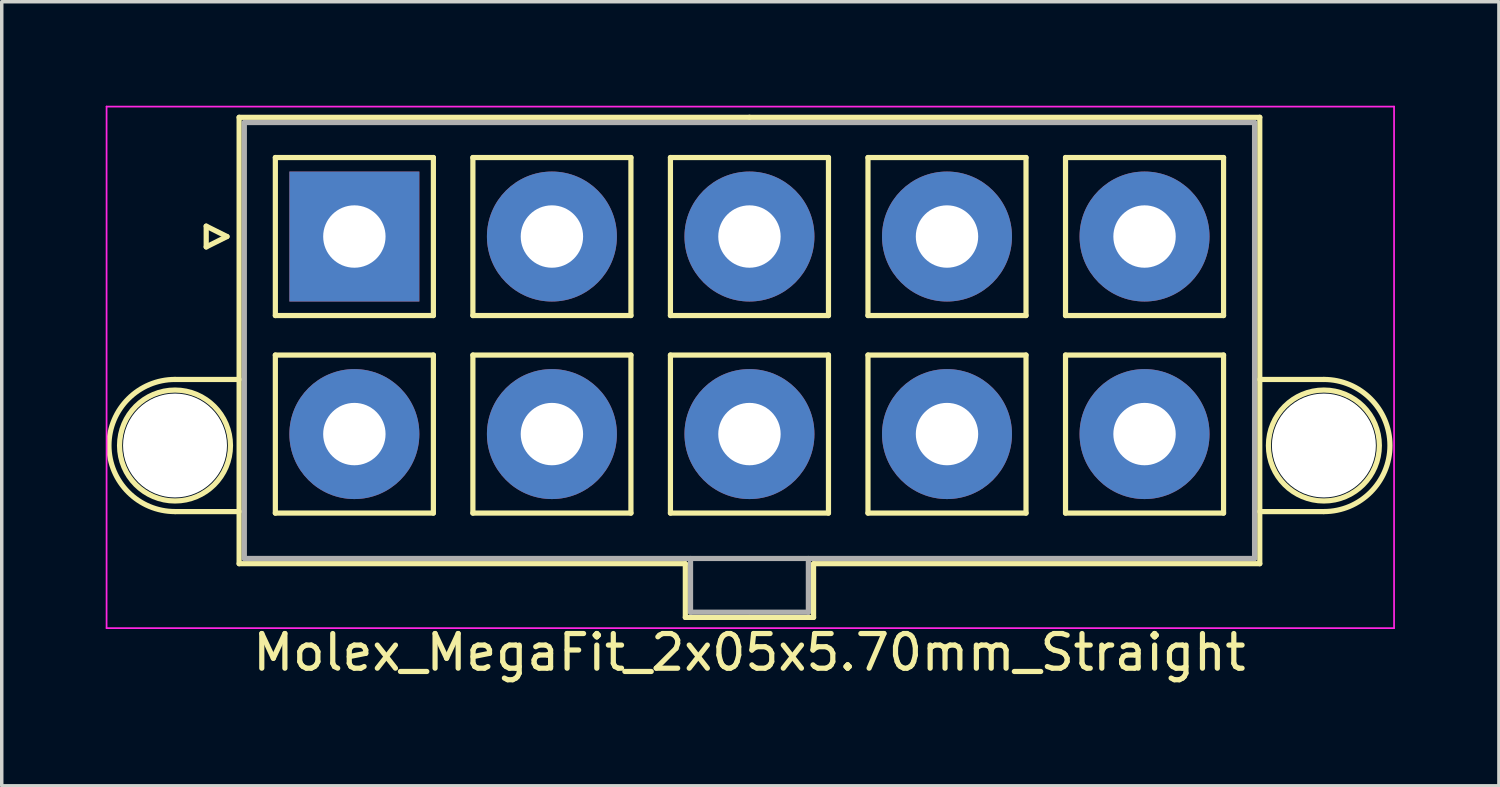
<source format=kicad_pcb>
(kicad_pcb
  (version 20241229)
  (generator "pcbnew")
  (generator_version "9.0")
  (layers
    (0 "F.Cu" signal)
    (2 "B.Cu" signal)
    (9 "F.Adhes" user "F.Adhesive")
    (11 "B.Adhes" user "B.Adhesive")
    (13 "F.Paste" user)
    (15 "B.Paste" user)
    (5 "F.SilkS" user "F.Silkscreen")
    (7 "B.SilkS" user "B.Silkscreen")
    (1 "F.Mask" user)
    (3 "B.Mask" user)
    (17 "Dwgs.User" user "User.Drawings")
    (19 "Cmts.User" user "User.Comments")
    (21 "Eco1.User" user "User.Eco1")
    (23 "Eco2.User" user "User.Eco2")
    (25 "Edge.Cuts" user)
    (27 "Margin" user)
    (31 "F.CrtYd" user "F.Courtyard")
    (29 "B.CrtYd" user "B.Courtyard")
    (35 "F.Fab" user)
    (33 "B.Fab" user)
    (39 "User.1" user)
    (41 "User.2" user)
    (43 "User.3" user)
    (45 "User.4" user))
  (footprint "Molex_MegaFit_2x05x5.70mm_Straight"
    (layer "F.Cu")
    (at 7.175 3.775)
    (property "Reference" "Molex_MegaFit_2x05x5.70mm_Straight" (at 11.4 12 0) (layer "F.SilkS") (effects (font (size 1 1) (thickness 0.15))))
    (attr through_hole)
    (fp_line (start -5.175 4.124) (end -3.325 4.124) (stroke (width 0.15) (type solid)) (layer "F.SilkS"))
    (fp_line (start -5.175 7.936) (end -3.325 7.936) (stroke (width 0.15) (type solid)) (layer "F.SilkS"))
    (fp_line (start -4.275 -0.3) (end -3.675 0) (stroke (width 0.15) (type solid)) (layer "F.SilkS"))
    (fp_line (start -4.275 0.3) (end -4.275 -0.3) (stroke (width 0.15) (type solid)) (layer "F.SilkS"))
    (fp_line (start -3.675 0) (end -4.275 0.3) (stroke (width 0.15) (type solid)) (layer "F.SilkS"))
    (fp_line (start -3.325 -3.44) (end -3.325 9.44) (stroke (width 0.15) (type solid)) (layer "F.SilkS"))
    (fp_line (start -3.325 9.44) (end 9.55 9.44) (stroke (width 0.15) (type solid)) (layer "F.SilkS"))
    (fp_line (start -2.28 -2.28) (end -2.28 2.28) (stroke (width 0.15) (type solid)) (layer "F.SilkS"))
    (fp_line (start -2.28 2.28) (end 2.28 2.28) (stroke (width 0.15) (type solid)) (layer "F.SilkS"))
    (fp_line (start -2.28 3.42) (end -2.28 7.98) (stroke (width 0.15) (type solid)) (layer "F.SilkS"))
    (fp_line (start -2.28 7.98) (end 2.28 7.98) (stroke (width 0.15) (type solid)) (layer "F.SilkS"))
    (fp_line (start 2.28 -2.28) (end -2.28 -2.28) (stroke (width 0.15) (type solid)) (layer "F.SilkS"))
    (fp_line (start 2.28 2.28) (end 2.28 -2.28) (stroke (width 0.15) (type solid)) (layer "F.SilkS"))
    (fp_line (start 2.28 3.42) (end -2.28 3.42) (stroke (width 0.15) (type solid)) (layer "F.SilkS"))
    (fp_line (start 2.28 7.98) (end 2.28 3.42) (stroke (width 0.15) (type solid)) (layer "F.SilkS"))
    (fp_line (start 3.42 -2.28) (end 3.42 2.28) (stroke (width 0.15) (type solid)) (layer "F.SilkS"))
    (fp_line (start 3.42 2.28) (end 7.98 2.28) (stroke (width 0.15) (type solid)) (layer "F.SilkS"))
    (fp_line (start 3.42 3.42) (end 3.42 7.98) (stroke (width 0.15) (type solid)) (layer "F.SilkS"))
    (fp_line (start 3.42 7.98) (end 7.98 7.98) (stroke (width 0.15) (type solid)) (layer "F.SilkS"))
    (fp_line (start 7.98 -2.28) (end 3.42 -2.28) (stroke (width 0.15) (type solid)) (layer "F.SilkS"))
    (fp_line (start 7.98 2.28) (end 7.98 -2.28) (stroke (width 0.15) (type solid)) (layer "F.SilkS"))
    (fp_line (start 7.98 3.42) (end 3.42 3.42) (stroke (width 0.15) (type solid)) (layer "F.SilkS"))
    (fp_line (start 7.98 7.98) (end 7.98 3.42) (stroke (width 0.15) (type solid)) (layer "F.SilkS"))
    (fp_line (start 9.12 -2.28) (end 9.12 2.28) (stroke (width 0.15) (type solid)) (layer "F.SilkS"))
    (fp_line (start 9.12 2.28) (end 13.68 2.28) (stroke (width 0.15) (type solid)) (layer "F.SilkS"))
    (fp_line (start 9.12 3.42) (end 9.12 7.98) (stroke (width 0.15) (type solid)) (layer "F.SilkS"))
    (fp_line (start 9.12 7.98) (end 13.68 7.98) (stroke (width 0.15) (type solid)) (layer "F.SilkS"))
    (fp_line (start 9.55 9.44) (end 9.55 10.99) (stroke (width 0.15) (type solid)) (layer "F.SilkS"))
    (fp_line (start 9.55 10.99) (end 11.4 10.99) (stroke (width 0.15) (type solid)) (layer "F.SilkS"))
    (fp_line (start 11.4 -3.44) (end -3.325 -3.44) (stroke (width 0.15) (type solid)) (layer "F.SilkS"))
    (fp_line (start 11.4 -3.44) (end 26.125 -3.44) (stroke (width 0.15) (type solid)) (layer "F.SilkS"))
    (fp_line (start 13.25 9.44) (end 13.25 10.99) (stroke (width 0.15) (type solid)) (layer "F.SilkS"))
    (fp_line (start 13.25 10.99) (end 11.4 10.99) (stroke (width 0.15) (type solid)) (layer "F.SilkS"))
    (fp_line (start 13.68 -2.28) (end 9.12 -2.28) (stroke (width 0.15) (type solid)) (layer "F.SilkS"))
    (fp_line (start 13.68 2.28) (end 13.68 -2.28) (stroke (width 0.15) (type solid)) (layer "F.SilkS"))
    (fp_line (start 13.68 3.42) (end 9.12 3.42) (stroke (width 0.15) (type solid)) (layer "F.SilkS"))
    (fp_line (start 13.68 7.98) (end 13.68 3.42) (stroke (width 0.15) (type solid)) (layer "F.SilkS"))
    (fp_line (start 14.82 -2.28) (end 14.82 2.28) (stroke (width 0.15) (type solid)) (layer "F.SilkS"))
    (fp_line (start 14.82 2.28) (end 19.38 2.28) (stroke (width 0.15) (type solid)) (layer "F.SilkS"))
    (fp_line (start 14.82 3.42) (end 14.82 7.98) (stroke (width 0.15) (type solid)) (layer "F.SilkS"))
    (fp_line (start 14.82 7.98) (end 19.38 7.98) (stroke (width 0.15) (type solid)) (layer "F.SilkS"))
    (fp_line (start 19.38 -2.28) (end 14.82 -2.28) (stroke (width 0.15) (type solid)) (layer "F.SilkS"))
    (fp_line (start 19.38 2.28) (end 19.38 -2.28) (stroke (width 0.15) (type solid)) (layer "F.SilkS"))
    (fp_line (start 19.38 3.42) (end 14.82 3.42) (stroke (width 0.15) (type solid)) (layer "F.SilkS"))
    (fp_line (start 19.38 7.98) (end 19.38 3.42) (stroke (width 0.15) (type solid)) (layer "F.SilkS"))
    (fp_line (start 20.52 -2.28) (end 20.52 2.28) (stroke (width 0.15) (type solid)) (layer "F.SilkS"))
    (fp_line (start 20.52 2.28) (end 25.08 2.28) (stroke (width 0.15) (type solid)) (layer "F.SilkS"))
    (fp_line (start 20.52 3.42) (end 20.52 7.98) (stroke (width 0.15) (type solid)) (layer "F.SilkS"))
    (fp_line (start 20.52 7.98) (end 25.08 7.98) (stroke (width 0.15) (type solid)) (layer "F.SilkS"))
    (fp_line (start 25.08 -2.28) (end 20.52 -2.28) (stroke (width 0.15) (type solid)) (layer "F.SilkS"))
    (fp_line (start 25.08 2.28) (end 25.08 -2.28) (stroke (width 0.15) (type solid)) (layer "F.SilkS"))
    (fp_line (start 25.08 3.42) (end 20.52 3.42) (stroke (width 0.15) (type solid)) (layer "F.SilkS"))
    (fp_line (start 25.08 7.98) (end 25.08 3.42) (stroke (width 0.15) (type solid)) (layer "F.SilkS"))
    (fp_line (start 26.125 -3.44) (end 26.125 9.44) (stroke (width 0.15) (type solid)) (layer "F.SilkS"))
    (fp_line (start 26.125 9.44) (end 13.25 9.44) (stroke (width 0.15) (type solid)) (layer "F.SilkS"))
    (fp_line (start 27.975 4.124) (end 26.125 4.124) (stroke (width 0.15) (type solid)) (layer "F.SilkS"))
    (fp_line (start 27.975 7.936) (end 26.125 7.936) (stroke (width 0.15) (type solid)) (layer "F.SilkS"))
    (fp_arc (start -5.175 7.93625) (mid -7.08125 6.03) (end -5.175 4.12375) (stroke (width 0.15) (type solid)) (layer "F.SilkS"))
    (fp_arc (start 27.975 4.12375) (mid 29.88125 6.03) (end 27.975 7.93625) (stroke (width 0.15) (type solid)) (layer "F.SilkS"))
    (fp_circle (center -5.175 6.03) (end -3.575 6.03) (stroke (width 0.15) (type solid)) (fill no) (layer "F.SilkS"))
    (fp_circle (center 27.975 6.03) (end 29.575 6.03) (stroke (width 0.15) (type solid)) (fill no) (layer "F.SilkS"))
    (fp_line (start -7.15 -3.75) (end -7.15 11.3) (stroke (width 0.05) (type solid)) (layer "F.CrtYd"))
    (fp_line (start -7.15 11.3) (end 30 11.3) (stroke (width 0.05) (type solid)) (layer "F.CrtYd"))
    (fp_line (start 30 -3.75) (end -7.15 -3.75) (stroke (width 0.05) (type solid)) (layer "F.CrtYd"))
    (fp_line (start 30 11.3) (end 30 -3.75) (stroke (width 0.05) (type solid)) (layer "F.CrtYd"))
    (fp_line (start -3.175 -3.29) (end -3.175 9.29) (stroke (width 0.15) (type solid)) (layer "F.Fab"))
    (fp_line (start -3.175 9.29) (end 25.975 9.29) (stroke (width 0.15) (type solid)) (layer "F.Fab"))
    (fp_line (start 9.7 9.29) (end 9.7 10.84) (stroke (width 0.15) (type solid)) (layer "F.Fab"))
    (fp_line (start 9.7 10.84) (end 13.1 10.84) (stroke (width 0.15) (type solid)) (layer "F.Fab"))
    (fp_line (start 13.1 10.84) (end 13.1 9.29) (stroke (width 0.15) (type solid)) (layer "F.Fab"))
    (fp_line (start 25.975 -3.29) (end -3.175 -3.29) (stroke (width 0.15) (type solid)) (layer "F.Fab"))
    (fp_line (start 25.975 9.29) (end 25.975 -3.29) (stroke (width 0.15) (type solid)) (layer "F.Fab"))
    (pad "" np_thru_hole circle (at -5.175 6.03) (size 3 3) (drill 3) (layers "*.Cu"))
    (pad "" np_thru_hole circle (at 27.975 6.03) (size 3 3) (drill 3) (layers "*.Cu"))
    (pad "1" thru_hole rect (at 0 0) (size 3.75 3.75) (drill 1.8) (layers "*.Cu" "*.Mask"))
    (pad "2" thru_hole circle (at 5.7 0) (size 3.75 3.75) (drill 1.8) (layers "*.Cu" "*.Mask"))
    (pad "3" thru_hole circle (at 11.4 0) (size 3.75 3.75) (drill 1.8) (layers "*.Cu" "*.Mask"))
    (pad "4" thru_hole circle (at 17.1 0) (size 3.75 3.75) (drill 1.8) (layers "*.Cu" "*.Mask"))
    (pad "5" thru_hole circle (at 22.8 0) (size 3.75 3.75) (drill 1.8) (layers "*.Cu" "*.Mask"))
    (pad "6" thru_hole circle (at 0 5.7) (size 3.75 3.75) (drill 1.8) (layers "*.Cu" "*.Mask"))
    (pad "7" thru_hole circle (at 5.7 5.7) (size 3.75 3.75) (drill 1.8) (layers "*.Cu" "*.Mask"))
    (pad "8" thru_hole circle (at 11.4 5.7) (size 3.75 3.75) (drill 1.8) (layers "*.Cu" "*.Mask"))
    (pad "9" thru_hole circle (at 17.1 5.7) (size 3.75 3.75) (drill 1.8) (layers "*.Cu" "*.Mask"))
    (pad "10" thru_hole circle (at 22.8 5.7) (size 3.75 3.75) (drill 1.8) (layers "*.Cu" "*.Mask")))
  (gr_rect
    (start -3 -3)
    (end 40.2 19.623)
    (stroke (width 0.1) (type default))
    (fill no)
    (layer "Edge.Cuts")))
</source>
